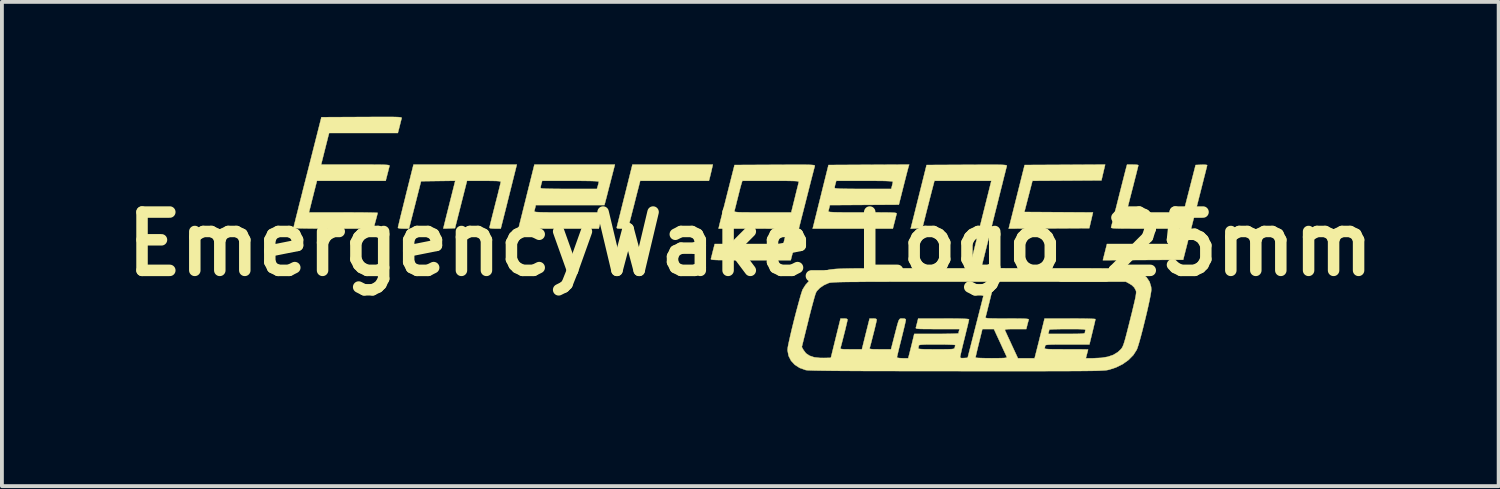
<source format=kicad_pcb>
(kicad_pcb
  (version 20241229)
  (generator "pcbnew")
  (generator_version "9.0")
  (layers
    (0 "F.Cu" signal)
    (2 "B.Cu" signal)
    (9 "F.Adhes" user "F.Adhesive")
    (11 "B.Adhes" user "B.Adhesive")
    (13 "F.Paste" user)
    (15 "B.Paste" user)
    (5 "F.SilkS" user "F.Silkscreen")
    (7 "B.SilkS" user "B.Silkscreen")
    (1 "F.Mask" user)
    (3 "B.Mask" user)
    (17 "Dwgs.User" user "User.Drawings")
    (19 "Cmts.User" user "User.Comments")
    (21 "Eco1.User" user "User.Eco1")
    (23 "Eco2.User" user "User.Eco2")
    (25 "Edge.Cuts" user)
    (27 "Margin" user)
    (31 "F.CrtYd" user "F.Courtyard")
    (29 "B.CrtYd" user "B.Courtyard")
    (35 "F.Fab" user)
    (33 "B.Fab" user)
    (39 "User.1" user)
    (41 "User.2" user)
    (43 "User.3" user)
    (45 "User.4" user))
  (footprint "EmergencyWake_Logo_25mm"
    (layer "F.Cu")
    (at 16.554 3.325)
    (property "Reference" "EmergencyWake_Logo_25mm" (at 0 0 0) (layer "F.SilkS") (effects (font (size 1.524 1.524) (thickness 0.3))))
    (attr through_hole)
    (fp_poly (pts (xy 9.26 -2.027) (xy 9.25 -1.983) (xy 9.233 -1.913) (xy 9.214 -1.83) (xy 9.211 -1.82) (xy 9.175 -1.662) (xy 8.273 -1.656) (xy 7.372 -1.651) (xy 7.266 -1.243) (xy 7.161 -0.836) (xy 8.954 -0.825) (xy 8.942 -0.778) (xy 8.932 -0.734) (xy 8.916 -0.664) (xy 8.896 -0.581) (xy 8.894 -0.572) (xy 8.857 -0.413) (xy 7.804 -0.407) (xy 6.751 -0.402) (xy 6.766 -0.46) (xy 6.774 -0.494) (xy 6.792 -0.563) (xy 6.817 -0.664) (xy 6.849 -0.791) (xy 6.886 -0.939) (xy 6.927 -1.103) (xy 6.971 -1.279) (xy 6.974 -1.291) (xy 7.168 -2.064) (xy 8.22 -2.069) (xy 9.272 -2.075) (xy 9.26 -2.027)) (stroke (width 0.01) (type solid)) (fill yes) (layer "F.SilkS"))
    (fp_poly (pts (xy -1.009 -1.942) (xy -1.029 -1.857) (xy -1.049 -1.775) (xy -1.06 -1.73) (xy -1.081 -1.651) (xy -2.877 -1.651) (xy -2.898 -1.572) (xy -2.908 -1.529) (xy -2.928 -1.452) (xy -2.955 -1.348) (xy -2.987 -1.223) (xy -3.022 -1.084) (xy -3.047 -0.984) (xy -3.084 -0.842) (xy -3.117 -0.712) (xy -3.146 -0.601) (xy -3.168 -0.514) (xy -3.183 -0.458) (xy -3.188 -0.439) (xy -3.201 -0.419) (xy -3.231 -0.408) (xy -3.288 -0.403) (xy -3.348 -0.402) (xy -3.426 -0.403) (xy -3.47 -0.408) (xy -3.488 -0.419) (xy -3.488 -0.438) (xy -3.488 -0.439) (xy -3.481 -0.467) (xy -3.465 -0.532) (xy -3.441 -0.628) (xy -3.41 -0.752) (xy -3.374 -0.897) (xy -3.333 -1.061) (xy -3.289 -1.237) (xy -3.279 -1.275) (xy -3.08 -2.074) (xy -0.979 -2.074) (xy -1.009 -1.942)) (stroke (width 0.01) (type solid)) (fill yes) (layer "F.SilkS"))
    (fp_poly (pts (xy -6.29 -1.318) (xy -6.334 -1.142) (xy -6.375 -0.976) (xy -6.413 -0.826) (xy -6.446 -0.696) (xy -6.472 -0.592) (xy -6.491 -0.518) (xy -6.5 -0.482) (xy -6.521 -0.402) (xy -6.668 -0.402) (xy -6.748 -0.405) (xy -6.8 -0.413) (xy -6.816 -0.424) (xy -6.811 -0.45) (xy -6.796 -0.511) (xy -6.774 -0.602) (xy -6.745 -0.718) (xy -6.711 -0.853) (xy -6.673 -1.002) (xy -6.668 -1.024) (xy -6.629 -1.174) (xy -6.594 -1.312) (xy -6.565 -1.431) (xy -6.541 -1.527) (xy -6.526 -1.593) (xy -6.519 -1.625) (xy -6.519 -1.626) (xy -6.532 -1.635) (xy -6.57 -1.642) (xy -6.64 -1.647) (xy -6.742 -1.649) (xy -6.882 -1.651) (xy -6.96 -1.651) (xy -7.402 -1.651) (xy -7.559 -1.032) (xy -7.716 -0.413) (xy -7.869 -0.407) (xy -7.944 -0.404) (xy -7.998 -0.404) (xy -8.021 -0.406) (xy -8.022 -0.407) (xy -8.016 -0.428) (xy -8.002 -0.485) (xy -7.98 -0.573) (xy -7.952 -0.687) (xy -7.918 -0.822) (xy -7.88 -0.973) (xy -7.865 -1.032) (xy -7.709 -1.652) (xy -8.603 -1.64) (xy -8.76 -1.021) (xy -8.918 -0.402) (xy -9.063 -0.402) (xy -9.138 -0.405) (xy -9.19 -0.413) (xy -9.207 -0.424) (xy -9.203 -0.448) (xy -9.188 -0.509) (xy -9.166 -0.602) (xy -9.137 -0.723) (xy -9.101 -0.867) (xy -9.061 -1.029) (xy -9.017 -1.205) (xy -9.004 -1.26) (xy -8.8 -2.074) (xy -6.101 -2.074) (xy -6.29 -1.318)) (stroke (width 0.01) (type solid)) (fill yes) (layer "F.SilkS"))
    (fp_poly (pts (xy 10.064 -2.072) (xy 10.117 -2.067) (xy 10.139 -2.059) (xy 10.139 -2.058) (xy 10.134 -2.035) (xy 10.119 -1.975) (xy 10.097 -1.885) (xy 10.068 -1.77) (xy 10.033 -1.634) (xy 9.995 -1.483) (xy 9.982 -1.434) (xy 9.826 -0.826) (xy 11.318 -0.826) (xy 11.635 -2.064) (xy 11.786 -2.07) (xy 11.86 -2.071) (xy 11.914 -2.067) (xy 11.937 -2.06) (xy 11.937 -2.059) (xy 11.932 -2.036) (xy 11.917 -1.976) (xy 11.894 -1.882) (xy 11.862 -1.757) (xy 11.824 -1.607) (xy 11.78 -1.433) (xy 11.731 -1.24) (xy 11.678 -1.031) (xy 11.623 -0.815) (xy 11.31 0.413) (xy 10.261 0.418) (xy 9.212 0.424) (xy 9.319 0) (xy 11.111 0) (xy 11.132 -0.079) (xy 11.149 -0.146) (xy 11.17 -0.23) (xy 11.183 -0.28) (xy 11.214 -0.402) (xy 10.315 -0.402) (xy 10.097 -0.402) (xy 9.916 -0.403) (xy 9.771 -0.403) (xy 9.658 -0.405) (xy 9.571 -0.407) (xy 9.509 -0.41) (xy 9.467 -0.414) (xy 9.442 -0.419) (xy 9.429 -0.425) (xy 9.426 -0.434) (xy 9.427 -0.439) (xy 9.435 -0.468) (xy 9.452 -0.533) (xy 9.476 -0.628) (xy 9.507 -0.75) (xy 9.543 -0.894) (xy 9.583 -1.053) (xy 9.619 -1.196) (xy 9.662 -1.367) (xy 9.703 -1.529) (xy 9.74 -1.675) (xy 9.772 -1.8) (xy 9.797 -1.899) (xy 9.815 -1.967) (xy 9.822 -1.995) (xy 9.844 -2.074) (xy 9.992 -2.074) (xy 10.064 -2.072)) (stroke (width 0.01) (type solid)) (fill yes) (layer "F.SilkS"))
    (fp_poly (pts (xy -3.653 -1.628) (xy -3.688 -1.492) (xy -3.721 -1.364) (xy -3.749 -1.252) (xy -3.772 -1.165) (xy -3.787 -1.109) (xy -3.789 -1.099) (xy -3.812 -1.016) (xy -5.605 -1.016) (xy -5.618 -0.958) (xy -5.633 -0.9) (xy -5.643 -0.863) (xy -5.644 -0.854) (xy -5.638 -0.846) (xy -5.621 -0.84) (xy -5.589 -0.835) (xy -5.54 -0.832) (xy -5.469 -0.829) (xy -5.372 -0.827) (xy -5.247 -0.826) (xy -5.088 -0.826) (xy -4.893 -0.826) (xy -4.756 -0.826) (xy -3.857 -0.826) (xy -3.895 -0.672) (xy -3.915 -0.588) (xy -3.933 -0.512) (xy -3.945 -0.462) (xy -3.946 -0.46) (xy -3.959 -0.402) (xy -5.009 -0.402) (xy -5.247 -0.402) (xy -5.446 -0.403) (xy -5.609 -0.403) (xy -5.741 -0.404) (xy -5.844 -0.406) (xy -5.921 -0.408) (xy -5.977 -0.411) (xy -6.014 -0.416) (xy -6.037 -0.421) (xy -6.047 -0.427) (xy -6.05 -0.435) (xy -6.049 -0.439) (xy -6.042 -0.467) (xy -6.026 -0.532) (xy -6.002 -0.628) (xy -5.971 -0.752) (xy -5.935 -0.897) (xy -5.894 -1.061) (xy -5.85 -1.237) (xy -5.841 -1.275) (xy -5.793 -1.466) (xy -5.482 -1.466) (xy -5.473 -1.458) (xy -5.445 -1.452) (xy -5.393 -1.448) (xy -5.314 -1.444) (xy -5.206 -1.442) (xy -5.064 -1.44) (xy -4.885 -1.439) (xy -4.745 -1.439) (xy -4.007 -1.439) (xy -3.983 -1.521) (xy -3.967 -1.579) (xy -3.959 -1.621) (xy -3.958 -1.627) (xy -3.971 -1.634) (xy -4.013 -1.64) (xy -4.084 -1.644) (xy -4.189 -1.647) (xy -4.329 -1.649) (xy -4.506 -1.651) (xy -4.698 -1.651) (xy -5.438 -1.651) (xy -5.46 -1.572) (xy -5.474 -1.513) (xy -5.482 -1.471) (xy -5.482 -1.466) (xy -5.793 -1.466) (xy -5.641 -2.074) (xy -3.538 -2.074) (xy -3.653 -1.628)) (stroke (width 0.01) (type solid)) (fill yes) (layer "F.SilkS"))
    (fp_poly (pts (xy 4.137 -2.028) (xy 4.127 -1.994) (xy 4.109 -1.926) (xy 4.084 -1.83) (xy 4.054 -1.712) (xy 4.02 -1.579) (xy 4.001 -1.504) (xy 3.881 -1.027) (xy 2.079 -1.016) (xy 2.065 -0.958) (xy 2.051 -0.9) (xy 2.04 -0.863) (xy 2.04 -0.854) (xy 2.046 -0.846) (xy 2.063 -0.84) (xy 2.094 -0.835) (xy 2.144 -0.832) (xy 2.215 -0.829) (xy 2.311 -0.827) (xy 2.436 -0.826) (xy 2.594 -0.826) (xy 2.789 -0.826) (xy 2.932 -0.826) (xy 3.151 -0.825) (xy 3.331 -0.825) (xy 3.477 -0.824) (xy 3.591 -0.823) (xy 3.678 -0.821) (xy 3.74 -0.818) (xy 3.783 -0.814) (xy 3.808 -0.809) (xy 3.821 -0.802) (xy 3.824 -0.794) (xy 3.823 -0.788) (xy 3.811 -0.744) (xy 3.795 -0.682) (xy 3.792 -0.667) (xy 3.772 -0.588) (xy 3.75 -0.504) (xy 3.747 -0.492) (xy 3.724 -0.402) (xy 1.629 -0.402) (xy 1.644 -0.46) (xy 1.653 -0.494) (xy 1.67 -0.563) (xy 1.695 -0.664) (xy 1.727 -0.791) (xy 1.763 -0.939) (xy 1.804 -1.103) (xy 1.848 -1.279) (xy 1.851 -1.291) (xy 1.894 -1.466) (xy 2.201 -1.466) (xy 2.21 -1.458) (xy 2.239 -1.453) (xy 2.291 -1.448) (xy 2.369 -1.444) (xy 2.478 -1.442) (xy 2.619 -1.44) (xy 2.798 -1.439) (xy 2.941 -1.439) (xy 3.681 -1.439) (xy 3.703 -1.519) (xy 3.717 -1.577) (xy 3.725 -1.619) (xy 3.725 -1.625) (xy 3.716 -1.632) (xy 3.688 -1.638) (xy 3.636 -1.642) (xy 3.557 -1.646) (xy 3.449 -1.649) (xy 3.307 -1.65) (xy 3.129 -1.651) (xy 2.985 -1.651) (xy 2.246 -1.651) (xy 2.224 -1.572) (xy 2.209 -1.513) (xy 2.202 -1.471) (xy 2.201 -1.466) (xy 1.894 -1.466) (xy 2.043 -2.064) (xy 4.152 -2.075) (xy 4.137 -2.028)) (stroke (width 0.01) (type solid)) (fill yes) (layer "F.SilkS"))
    (fp_poly (pts (xy -9.419 -3.32) (xy -9.316 -3.319) (xy -9.238 -3.317) (xy -9.182 -3.314) (xy -9.144 -3.31) (xy -9.122 -3.305) (xy -9.111 -3.299) (xy -9.109 -3.291) (xy -9.11 -3.286) (xy -9.121 -3.243) (xy -9.138 -3.18) (xy -9.143 -3.159) (xy -9.163 -3.078) (xy -9.184 -2.995) (xy -9.187 -2.985) (xy -9.209 -2.9) (xy -11.005 -2.9) (xy -11.026 -2.82) (xy -11.038 -2.773) (xy -11.058 -2.693) (xy -11.084 -2.591) (xy -11.113 -2.475) (xy -11.13 -2.408) (xy -11.214 -2.074) (xy -10.315 -2.074) (xy -10.096 -2.074) (xy -9.916 -2.074) (xy -9.771 -2.073) (xy -9.657 -2.072) (xy -9.571 -2.07) (xy -9.509 -2.067) (xy -9.467 -2.063) (xy -9.442 -2.058) (xy -9.429 -2.051) (xy -9.426 -2.043) (xy -9.427 -2.037) (xy -9.439 -1.994) (xy -9.455 -1.931) (xy -9.46 -1.91) (xy -9.481 -1.829) (xy -9.502 -1.747) (xy -9.505 -1.736) (xy -9.527 -1.651) (xy -11.323 -1.651) (xy -11.343 -1.572) (xy -11.356 -1.524) (xy -11.376 -1.444) (xy -11.402 -1.342) (xy -11.431 -1.226) (xy -11.448 -1.159) (xy -11.531 -0.826) (xy -10.634 -0.826) (xy -10.444 -0.825) (xy -10.267 -0.824) (xy -10.109 -0.823) (xy -9.973 -0.821) (xy -9.864 -0.819) (xy -9.786 -0.817) (xy -9.743 -0.814) (xy -9.737 -0.813) (xy -9.742 -0.787) (xy -9.756 -0.734) (xy -9.767 -0.691) (xy -9.79 -0.607) (xy -9.813 -0.522) (xy -9.821 -0.492) (xy -9.844 -0.402) (xy -10.891 -0.402) (xy -11.097 -0.402) (xy -11.29 -0.403) (xy -11.465 -0.405) (xy -11.618 -0.407) (xy -11.746 -0.409) (xy -11.844 -0.412) (xy -11.909 -0.414) (xy -11.936 -0.417) (xy -11.937 -0.418) (xy -11.932 -0.441) (xy -11.917 -0.501) (xy -11.893 -0.596) (xy -11.862 -0.722) (xy -11.823 -0.875) (xy -11.779 -1.053) (xy -11.728 -1.252) (xy -11.674 -1.469) (xy -11.615 -1.7) (xy -11.571 -1.873) (xy -11.206 -3.313) (xy -10.152 -3.318) (xy -9.914 -3.319) (xy -9.715 -3.32) (xy -9.551 -3.32) (xy -9.419 -3.32)) (stroke (width 0.01) (type solid)) (fill yes) (layer "F.SilkS"))
    (fp_poly (pts (xy 1.376 -2.071) (xy 1.479 -2.07) (xy 1.557 -2.068) (xy 1.613 -2.065) (xy 1.65 -2.061) (xy 1.673 -2.056) (xy 1.684 -2.05) (xy 1.686 -2.042) (xy 1.685 -2.037) (xy 1.678 -2.01) (xy 1.661 -1.946) (xy 1.636 -1.849) (xy 1.603 -1.722) (xy 1.564 -1.569) (xy 1.52 -1.395) (xy 1.471 -1.203) (xy 1.419 -0.997) (xy 1.386 -0.868) (xy 1.331 -0.654) (xy 1.28 -0.45) (xy 1.231 -0.26) (xy 1.188 -0.089) (xy 1.15 0.059) (xy 1.119 0.181) (xy 1.096 0.272) (xy 1.081 0.329) (xy 1.077 0.344) (xy 1.057 0.423) (xy 0.008 0.423) (xy -0.229 0.423) (xy -0.428 0.423) (xy -0.592 0.422) (xy -0.723 0.421) (xy -0.826 0.42) (xy -0.903 0.417) (xy -0.958 0.414) (xy -0.995 0.41) (xy -1.018 0.405) (xy -1.028 0.398) (xy -1.03 0.39) (xy -1.029 0.386) (xy -1.017 0.342) (xy -1.001 0.28) (xy -0.998 0.265) (xy -0.978 0.186) (xy -0.956 0.102) (xy -0.953 0.09) (xy -0.93 0) (xy 0.863 0) (xy 0.908 -0.179) (xy 0.928 -0.262) (xy 0.943 -0.331) (xy 0.952 -0.373) (xy 0.953 -0.38) (xy 0.933 -0.386) (xy 0.873 -0.392) (xy 0.772 -0.396) (xy 0.631 -0.399) (xy 0.449 -0.401) (xy 0.225 -0.402) (xy 0.062 -0.402) (xy -0.829 -0.402) (xy -0.816 -0.46) (xy -0.808 -0.494) (xy -0.791 -0.563) (xy -0.766 -0.664) (xy -0.734 -0.79) (xy -0.718 -0.853) (xy -0.416 -0.853) (xy -0.409 -0.845) (xy -0.391 -0.839) (xy -0.357 -0.834) (xy -0.303 -0.83) (xy -0.226 -0.828) (xy -0.121 -0.827) (xy 0.016 -0.826) (xy 0.188 -0.826) (xy 0.322 -0.826) (xy 1.07 -0.826) (xy 1.163 -1.201) (xy 1.193 -1.324) (xy 1.22 -1.433) (xy 1.243 -1.523) (xy 1.258 -1.586) (xy 1.265 -1.614) (xy 1.266 -1.624) (xy 1.259 -1.632) (xy 1.24 -1.638) (xy 1.205 -1.643) (xy 1.151 -1.646) (xy 1.073 -1.648) (xy 0.968 -1.65) (xy 0.83 -1.651) (xy 0.657 -1.651) (xy 0.533 -1.651) (xy -0.208 -1.651) (xy -0.23 -1.582) (xy -0.243 -1.537) (xy -0.264 -1.461) (xy -0.289 -1.362) (xy -0.317 -1.25) (xy -0.328 -1.206) (xy -0.356 -1.096) (xy -0.38 -0.997) (xy -0.4 -0.92) (xy -0.412 -0.872) (xy -0.415 -0.863) (xy -0.416 -0.853) (xy -0.718 -0.853) (xy -0.697 -0.938) (xy -0.655 -1.103) (xy -0.611 -1.279) (xy -0.608 -1.291) (xy -0.412 -2.064) (xy 0.642 -2.069) (xy 0.881 -2.07) (xy 1.08 -2.071) (xy 1.244 -2.071) (xy 1.376 -2.071)) (stroke (width 0.01) (type solid)) (fill yes) (layer "F.SilkS"))
    (fp_poly (pts (xy 6.393 -2.071) (xy 6.496 -2.07) (xy 6.574 -2.068) (xy 6.63 -2.065) (xy 6.667 -2.061) (xy 6.69 -2.056) (xy 6.7 -2.05) (xy 6.703 -2.042) (xy 6.702 -2.037) (xy 6.695 -2.011) (xy 6.678 -1.947) (xy 6.654 -1.849) (xy 6.621 -1.721) (xy 6.583 -1.566) (xy 6.538 -1.388) (xy 6.489 -1.191) (xy 6.436 -0.978) (xy 6.379 -0.753) (xy 6.371 -0.72) (xy 6.315 -0.493) (xy 6.261 -0.278) (xy 6.211 -0.079) (xy 6.166 0.102) (xy 6.126 0.26) (xy 6.093 0.393) (xy 6.067 0.495) (xy 6.05 0.564) (xy 6.041 0.597) (xy 6.041 0.598) (xy 6.041 0.604) (xy 6.046 0.61) (xy 6.058 0.615) (xy 6.082 0.619) (xy 6.118 0.622) (xy 6.169 0.625) (xy 6.239 0.628) (xy 6.329 0.63) (xy 6.442 0.632) (xy 6.58 0.633) (xy 6.747 0.634) (xy 6.944 0.634) (xy 7.174 0.635) (xy 7.44 0.635) (xy 7.745 0.635) (xy 7.953 0.635) (xy 8.295 0.635) (xy 8.597 0.635) (xy 8.863 0.635) (xy 9.094 0.636) (xy 9.294 0.638) (xy 9.465 0.64) (xy 9.61 0.643) (xy 9.731 0.647) (xy 9.832 0.652) (xy 9.915 0.659) (xy 9.982 0.667) (xy 10.037 0.677) (xy 10.082 0.689) (xy 10.12 0.703) (xy 10.153 0.719) (xy 10.184 0.737) (xy 10.217 0.759) (xy 10.239 0.773) (xy 10.353 0.871) (xy 10.432 0.989) (xy 10.472 1.122) (xy 10.477 1.196) (xy 10.471 1.252) (xy 10.456 1.342) (xy 10.433 1.46) (xy 10.403 1.6) (xy 10.368 1.755) (xy 10.329 1.919) (xy 10.288 2.085) (xy 10.248 2.247) (xy 10.208 2.399) (xy 10.171 2.534) (xy 10.138 2.645) (xy 10.111 2.727) (xy 10.096 2.764) (xy 10.007 2.903) (xy 9.882 3.03) (xy 9.729 3.139) (xy 9.551 3.227) (xy 9.382 3.282) (xy 9.361 3.287) (xy 9.339 3.292) (xy 9.314 3.296) (xy 9.283 3.3) (xy 9.245 3.303) (xy 9.198 3.306) (xy 9.141 3.309) (xy 9.07 3.312) (xy 8.985 3.314) (xy 8.883 3.315) (xy 8.763 3.317) (xy 8.623 3.318) (xy 8.46 3.319) (xy 8.273 3.32) (xy 8.06 3.321) (xy 7.819 3.321) (xy 7.548 3.322) (xy 7.246 3.322) (xy 6.91 3.322) (xy 6.538 3.322) (xy 6.129 3.322) (xy 5.681 3.322) (xy 5.389 3.321) (xy 4.892 3.321) (xy 4.435 3.321) (xy 4.018 3.32) (xy 3.638 3.319) (xy 3.295 3.319) (xy 2.987 3.318) (xy 2.712 3.317) (xy 2.468 3.315) (xy 2.255 3.314) (xy 2.07 3.312) (xy 1.912 3.31) (xy 1.78 3.308) (xy 1.672 3.306) (xy 1.587 3.303) (xy 1.523 3.301) (xy 1.478 3.297) (xy 1.451 3.294) (xy 1.447 3.293) (xy 1.291 3.238) (xy 1.163 3.156) (xy 1.065 3.05) (xy 1.001 2.925) (xy 0.974 2.784) (xy 0.974 2.756) (xy 0.979 2.709) (xy 0.982 2.691) (xy 1.345 2.691) (xy 1.387 2.767) (xy 1.454 2.856) (xy 1.547 2.919) (xy 1.669 2.96) (xy 1.823 2.977) (xy 1.925 2.978) (xy 2.105 2.974) (xy 2.231 2.461) (xy 2.358 1.947) (xy 2.449 1.947) (xy 2.511 1.952) (xy 2.538 1.968) (xy 2.54 1.978) (xy 2.535 2.005) (xy 2.521 2.066) (xy 2.501 2.151) (xy 2.477 2.252) (xy 2.449 2.362) (xy 2.421 2.472) (xy 2.395 2.574) (xy 2.372 2.661) (xy 2.357 2.715) (xy 2.356 2.73) (xy 2.367 2.74) (xy 2.396 2.746) (xy 2.45 2.75) (xy 2.535 2.751) (xy 2.631 2.752) (xy 2.916 2.752) (xy 3.016 2.349) (xy 3.117 1.947) (xy 3.209 1.947) (xy 3.269 1.951) (xy 3.297 1.964) (xy 3.302 1.983) (xy 3.297 2.012) (xy 3.283 2.074) (xy 3.263 2.16) (xy 3.238 2.262) (xy 3.21 2.372) (xy 3.182 2.482) (xy 3.156 2.584) (xy 3.133 2.668) (xy 3.12 2.715) (xy 3.118 2.73) (xy 3.129 2.74) (xy 3.158 2.746) (xy 3.212 2.75) (xy 3.297 2.751) (xy 3.392 2.752) (xy 3.676 2.752) (xy 3.767 2.397) (xy 3.805 2.25) (xy 3.834 2.139) (xy 3.857 2.059) (xy 3.875 2.005) (xy 3.893 1.972) (xy 3.911 1.955) (xy 3.932 1.948) (xy 3.959 1.947) (xy 3.979 1.947) (xy 4.037 1.952) (xy 4.062 1.969) (xy 4.064 1.98) (xy 4.059 2.009) (xy 4.045 2.073) (xy 4.024 2.165) (xy 3.996 2.28) (xy 3.964 2.41) (xy 3.948 2.477) (xy 3.914 2.611) (xy 3.884 2.732) (xy 3.86 2.834) (xy 3.842 2.91) (xy 3.832 2.954) (xy 3.831 2.963) (xy 3.851 2.974) (xy 3.905 2.982) (xy 3.978 2.985) (xy 4.126 2.985) (xy 4.144 2.916) (xy 4.157 2.868) (xy 4.176 2.79) (xy 4.192 2.729) (xy 4.389 2.729) (xy 4.401 2.737) (xy 4.428 2.743) (xy 4.478 2.747) (xy 4.553 2.75) (xy 4.66 2.751) (xy 4.802 2.752) (xy 4.853 2.752) (xy 5.007 2.752) (xy 5.123 2.751) (xy 5.208 2.749) (xy 5.266 2.746) (xy 5.303 2.741) (xy 5.325 2.733) (xy 5.335 2.722) (xy 5.341 2.708) (xy 5.342 2.704) (xy 5.352 2.66) (xy 5.355 2.641) (xy 5.335 2.636) (xy 5.278 2.632) (xy 5.192 2.629) (xy 5.08 2.626) (xy 4.951 2.625) (xy 4.879 2.625) (xy 4.722 2.625) (xy 4.602 2.626) (xy 4.516 2.629) (xy 4.457 2.633) (xy 4.422 2.639) (xy 4.406 2.647) (xy 4.403 2.655) (xy 4.395 2.701) (xy 4.39 2.718) (xy 4.389 2.729) (xy 4.192 2.729) (xy 4.2 2.694) (xy 4.224 2.598) (xy 4.284 2.349) (xy 4.862 2.349) (xy 5.014 2.349) (xy 5.15 2.347) (xy 5.267 2.345) (xy 5.357 2.342) (xy 5.417 2.338) (xy 5.44 2.334) (xy 5.44 2.334) (xy 5.445 2.302) (xy 5.453 2.27) (xy 5.466 2.223) (xy 4.891 2.223) (xy 4.719 2.222) (xy 4.586 2.222) (xy 4.486 2.22) (xy 4.415 2.218) (xy 4.368 2.214) (xy 4.34 2.208) (xy 4.327 2.2) (xy 4.325 2.191) (xy 4.326 2.185) (xy 4.338 2.143) (xy 4.354 2.079) (xy 4.362 2.048) (xy 4.387 1.947) (xy 5.051 1.947) (xy 5.267 1.948) (xy 5.44 1.95) (xy 5.571 1.954) (xy 5.66 1.958) (xy 5.707 1.965) (xy 5.715 1.969) (xy 5.71 1.995) (xy 5.696 2.056) (xy 5.675 2.146) (xy 5.647 2.258) (xy 5.616 2.387) (xy 5.599 2.455) (xy 5.565 2.591) (xy 5.535 2.714) (xy 5.511 2.818) (xy 5.493 2.897) (xy 5.483 2.944) (xy 5.482 2.953) (xy 5.491 2.974) (xy 5.523 2.982) (xy 5.581 2.98) (xy 5.679 2.974) (xy 5.68 2.969) (xy 5.884 2.969) (xy 5.904 2.973) (xy 5.96 2.978) (xy 6.046 2.981) (xy 6.155 2.984) (xy 6.28 2.984) (xy 6.299 2.985) (xy 6.447 2.984) (xy 6.557 2.982) (xy 6.633 2.979) (xy 6.68 2.973) (xy 6.701 2.966) (xy 6.704 2.958) (xy 6.692 2.931) (xy 6.665 2.872) (xy 6.626 2.788) (xy 6.579 2.686) (xy 6.529 2.577) (xy 6.365 2.223) (xy 6.063 2.223) (xy 5.973 2.588) (xy 5.944 2.706) (xy 5.919 2.811) (xy 5.9 2.894) (xy 5.887 2.949) (xy 5.884 2.969) (xy 5.68 2.969) (xy 5.908 2.074) (xy 5.956 1.886) (xy 6 1.712) (xy 6.041 1.554) (xy 6.075 1.418) (xy 6.103 1.307) (xy 6.124 1.227) (xy 6.135 1.18) (xy 6.138 1.169) (xy 6.157 1.165) (xy 6.202 1.164) (xy 6.256 1.165) (xy 6.303 1.169) (xy 6.328 1.175) (xy 6.329 1.176) (xy 6.324 1.199) (xy 6.311 1.255) (xy 6.291 1.335) (xy 6.267 1.433) (xy 6.241 1.539) (xy 6.214 1.645) (xy 6.19 1.744) (xy 6.169 1.827) (xy 6.153 1.887) (xy 6.147 1.91) (xy 6.146 1.921) (xy 6.153 1.93) (xy 6.174 1.936) (xy 6.212 1.941) (xy 6.272 1.944) (xy 6.36 1.946) (xy 6.478 1.947) (xy 6.632 1.947) (xy 6.711 1.947) (xy 6.888 1.948) (xy 7.027 1.949) (xy 7.131 1.951) (xy 7.205 1.955) (xy 7.25 1.96) (xy 7.273 1.967) (xy 7.276 1.974) (xy 7.266 2.008) (xy 7.249 2.068) (xy 7.238 2.111) (xy 7.21 2.223) (xy 6.926 2.223) (xy 6.807 2.223) (xy 6.725 2.226) (xy 6.675 2.232) (xy 6.654 2.241) (xy 6.652 2.249) (xy 6.664 2.276) (xy 6.691 2.335) (xy 6.729 2.418) (xy 6.777 2.521) (xy 6.827 2.63) (xy 6.992 2.985) (xy 7.428 2.985) (xy 7.449 2.905) (xy 7.46 2.861) (xy 7.48 2.783) (xy 7.506 2.679) (xy 7.537 2.557) (xy 7.57 2.423) (xy 7.579 2.387) (xy 7.589 2.349) (xy 7.784 2.349) (xy 8.263 2.349) (xy 8.421 2.349) (xy 8.541 2.348) (xy 8.628 2.345) (xy 8.687 2.341) (xy 8.722 2.335) (xy 8.739 2.327) (xy 8.742 2.319) (xy 8.749 2.273) (xy 8.755 2.256) (xy 8.755 2.245) (xy 8.744 2.237) (xy 8.716 2.231) (xy 8.667 2.227) (xy 8.592 2.224) (xy 8.485 2.223) (xy 8.343 2.223) (xy 8.289 2.223) (xy 8.152 2.223) (xy 8.03 2.225) (xy 7.929 2.228) (xy 7.856 2.232) (xy 7.816 2.236) (xy 7.81 2.238) (xy 7.805 2.27) (xy 7.797 2.302) (xy 7.784 2.349) (xy 7.589 2.349) (xy 7.689 1.947) (xy 8.353 1.947) (xy 8.516 1.948) (xy 8.664 1.949) (xy 8.793 1.951) (xy 8.897 1.954) (xy 8.972 1.957) (xy 9.012 1.961) (xy 9.017 1.963) (xy 9.013 1.988) (xy 9 2.047) (xy 8.98 2.132) (xy 8.955 2.236) (xy 8.939 2.302) (xy 8.86 2.625) (xy 8.282 2.625) (xy 8.107 2.625) (xy 7.971 2.626) (xy 7.868 2.628) (xy 7.794 2.631) (xy 7.745 2.636) (xy 7.717 2.642) (xy 7.706 2.65) (xy 7.705 2.655) (xy 7.697 2.701) (xy 7.692 2.718) (xy 7.691 2.728) (xy 7.702 2.736) (xy 7.728 2.742) (xy 7.774 2.746) (xy 7.844 2.749) (xy 7.943 2.751) (xy 8.075 2.751) (xy 8.244 2.752) (xy 8.253 2.752) (xy 8.404 2.752) (xy 8.54 2.752) (xy 8.655 2.753) (xy 8.745 2.754) (xy 8.804 2.756) (xy 8.826 2.757) (xy 8.826 2.757) (xy 8.821 2.779) (xy 8.808 2.829) (xy 8.796 2.873) (xy 8.767 2.985) (xy 8.962 2.985) (xy 9.169 2.975) (xy 9.341 2.947) (xy 9.484 2.898) (xy 9.601 2.827) (xy 9.676 2.757) (xy 9.697 2.733) (xy 9.715 2.707) (xy 9.732 2.674) (xy 9.75 2.629) (xy 9.77 2.569) (xy 9.794 2.488) (xy 9.822 2.383) (xy 9.857 2.247) (xy 9.9 2.078) (xy 9.925 1.977) (xy 9.973 1.786) (xy 10.01 1.631) (xy 10.039 1.509) (xy 10.06 1.414) (xy 10.073 1.344) (xy 10.08 1.292) (xy 10.082 1.255) (xy 10.079 1.229) (xy 10.075 1.217) (xy 10.033 1.138) (xy 9.97 1.076) (xy 9.895 1.03) (xy 9.811 0.984) (xy 5.98 0.984) (xy 5.506 0.984) (xy 5.073 0.984) (xy 4.678 0.984) (xy 4.32 0.985) (xy 3.997 0.985) (xy 3.707 0.985) (xy 3.449 0.986) (xy 3.219 0.987) (xy 3.017 0.987) (xy 2.84 0.989) (xy 2.688 0.99) (xy 2.557 0.991) (xy 2.446 0.993) (xy 2.353 0.995) (xy 2.277 0.997) (xy 2.214 1) (xy 2.165 1.003) (xy 2.126 1.006) (xy 2.096 1.009) (xy 2.073 1.013) (xy 2.055 1.017) (xy 2.041 1.022) (xy 1.922 1.076) (xy 1.818 1.147) (xy 1.741 1.227) (xy 1.717 1.267) (xy 1.702 1.306) (xy 1.679 1.381) (xy 1.65 1.485) (xy 1.615 1.614) (xy 1.576 1.762) (xy 1.535 1.923) (xy 1.512 2.018) (xy 1.345 2.691) (xy 0.982 2.691) (xy 0.994 2.626) (xy 1.018 2.516) (xy 1.048 2.382) (xy 1.083 2.233) (xy 1.122 2.074) (xy 1.163 1.91) (xy 1.205 1.749) (xy 1.246 1.597) (xy 1.284 1.458) (xy 1.317 1.341) (xy 1.346 1.25) (xy 1.366 1.192) (xy 1.37 1.185) (xy 1.443 1.069) (xy 1.547 0.953) (xy 1.669 0.85) (xy 1.798 0.77) (xy 1.803 0.768) (xy 1.849 0.745) (xy 1.892 0.725) (xy 1.933 0.708) (xy 1.976 0.693) (xy 2.025 0.68) (xy 2.081 0.669) (xy 2.148 0.661) (xy 2.229 0.653) (xy 2.327 0.648) (xy 2.444 0.643) (xy 2.583 0.64) (xy 2.749 0.638) (xy 2.942 0.637) (xy 3.167 0.636) (xy 3.426 0.635) (xy 3.723 0.635) (xy 3.969 0.635) (xy 5.726 0.635) (xy 6.298 -1.651) (xy 4.811 -1.651) (xy 4.732 -1.349) (xy 4.696 -1.209) (xy 4.655 -1.048) (xy 4.613 -0.884) (xy 4.576 -0.738) (xy 4.574 -0.73) (xy 4.495 -0.413) (xy 4.19 -0.4) (xy 4.205 -0.459) (xy 4.213 -0.493) (xy 4.231 -0.563) (xy 4.256 -0.663) (xy 4.288 -0.79) (xy 4.325 -0.939) (xy 4.366 -1.103) (xy 4.41 -1.279) (xy 4.413 -1.291) (xy 4.606 -2.064) (xy 5.66 -2.069) (xy 5.898 -2.07) (xy 6.097 -2.071) (xy 6.261 -2.071) (xy 6.393 -2.071)) (stroke (width 0.01) (type solid)) (fill yes) (layer "F.SilkS")))
  (gr_rect
    (start -3 -3)
    (end 36.107 9.652)
    (stroke (width 0.1) (type default))
    (fill no)
    (layer "Edge.Cuts")))
</source>
